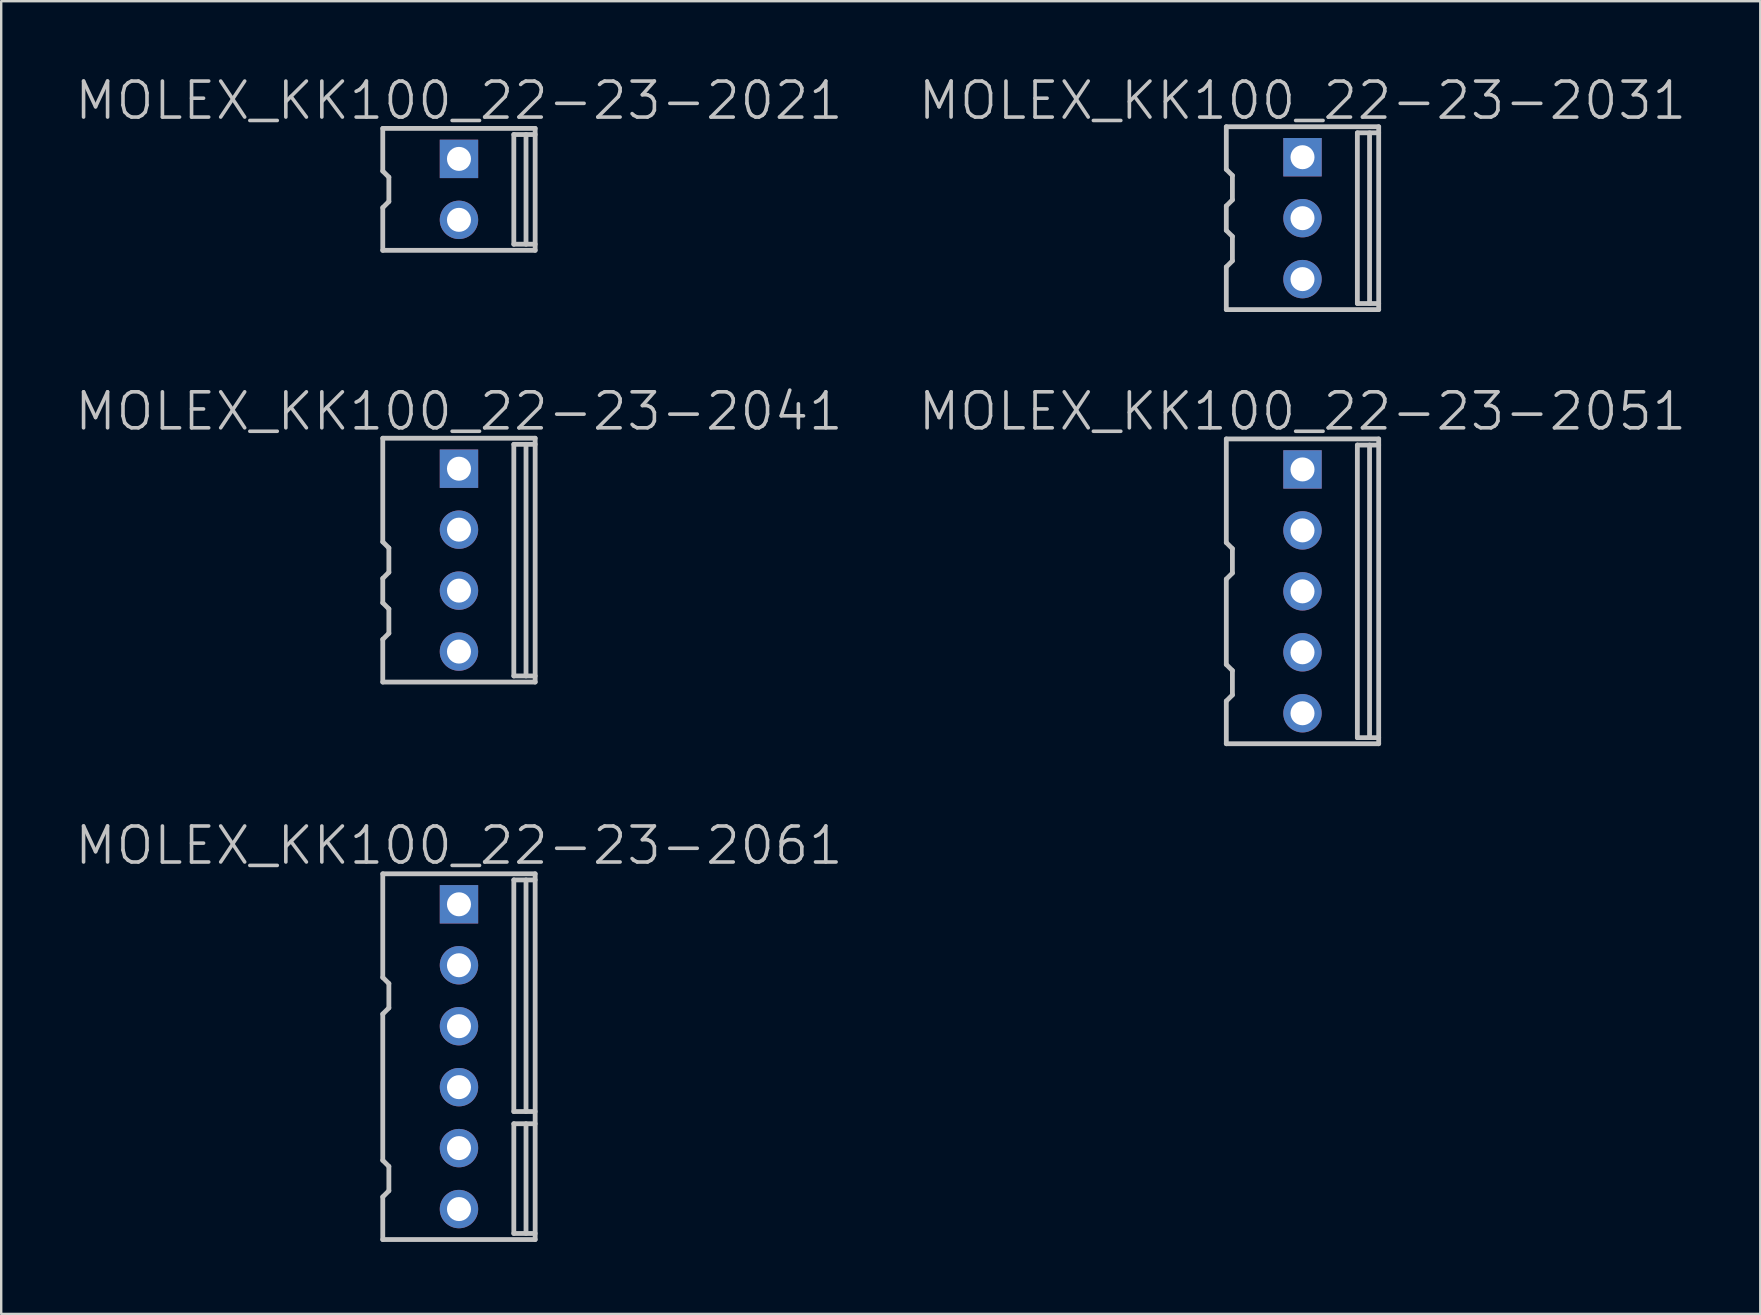
<source format=kicad_pcb>
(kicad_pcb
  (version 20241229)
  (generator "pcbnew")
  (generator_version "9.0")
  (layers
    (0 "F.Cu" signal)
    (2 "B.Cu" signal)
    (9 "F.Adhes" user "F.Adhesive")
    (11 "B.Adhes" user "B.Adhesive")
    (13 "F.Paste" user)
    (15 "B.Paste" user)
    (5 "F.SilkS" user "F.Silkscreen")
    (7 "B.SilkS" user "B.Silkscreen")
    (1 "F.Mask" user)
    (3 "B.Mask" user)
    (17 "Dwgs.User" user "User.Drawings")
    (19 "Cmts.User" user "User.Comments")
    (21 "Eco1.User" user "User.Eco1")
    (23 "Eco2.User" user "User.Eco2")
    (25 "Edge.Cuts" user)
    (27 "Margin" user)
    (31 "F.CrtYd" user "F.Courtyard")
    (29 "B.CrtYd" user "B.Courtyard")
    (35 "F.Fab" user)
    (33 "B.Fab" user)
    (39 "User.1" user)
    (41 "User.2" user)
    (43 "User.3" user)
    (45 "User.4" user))
  (footprint "MOLEX_KK100_22-23-2021"
    (layer "F.Cu")
    (at 16.075 4.841)
    (property "Reference" "MOLEX_KK100_22-23-2021" (at 0 -3.7 180) (layer "Dwgs.User") (effects (font (size 1.5 1.5) (thickness 0.15))))
    (attr through_hole)
    (fp_line (start -3.175 -2.54) (end 3.175 -2.54) (stroke (width 0.2) (type solid)) (layer "Dwgs.User"))
    (fp_line (start -3.175 -0.762) (end -3.175 -2.54) (stroke (width 0.2) (type solid)) (layer "Dwgs.User"))
    (fp_line (start -3.175 0.762) (end -3.175 2.54) (stroke (width 0.2) (type solid)) (layer "Dwgs.User"))
    (fp_line (start -2.921 -0.508) (end -3.175 -0.762) (stroke (width 0.2) (type solid)) (layer "Dwgs.User"))
    (fp_line (start -2.921 -0.508) (end -2.921 0.508) (stroke (width 0.2) (type solid)) (layer "Dwgs.User"))
    (fp_line (start -2.921 0.508) (end -3.175 0.762) (stroke (width 0.2) (type solid)) (layer "Dwgs.User"))
    (fp_line (start 2.286 -2.286) (end 2.286 2.286) (stroke (width 0.2) (type solid)) (layer "Dwgs.User"))
    (fp_line (start 2.286 -2.286) (end 3.175 -2.286) (stroke (width 0.2) (type solid)) (layer "Dwgs.User"))
    (fp_line (start 2.286 2.286) (end 3.175 2.286) (stroke (width 0.2) (type solid)) (layer "Dwgs.User"))
    (fp_line (start 2.794 2.286) (end 2.794 -2.286) (stroke (width 0.2) (type solid)) (layer "Dwgs.User"))
    (fp_line (start 3.175 -2.54) (end 3.175 2.54) (stroke (width 0.2) (type solid)) (layer "Dwgs.User"))
    (fp_line (start 3.175 2.54) (end -3.175 2.54) (stroke (width 0.2) (type solid)) (layer "Dwgs.User"))
    (pad "1" thru_hole rect (at 0 -1.27) (size 1.6 1.6) (drill 1) (layers "*.Cu" "*.Mask"))
    (pad "2" thru_hole circle (at 0 1.27) (size 1.6 1.6) (drill 1) (layers "*.Cu" "*.Mask")))
  (footprint "MOLEX_KK100_22-23-2061"
    (layer "F.Cu")
    (at 16.075 40.982)
    (property "Reference" "MOLEX_KK100_22-23-2061" (at 0 -8.8 180) (layer "Dwgs.User") (effects (font (size 1.5 1.5) (thickness 0.15))))
    (attr through_hole)
    (fp_line (start -3.175 -7.62) (end 3.175 -7.62) (stroke (width 0.2) (type solid)) (layer "Dwgs.User"))
    (fp_line (start -3.175 -3.302) (end -3.175 -7.62) (stroke (width 0.2) (type solid)) (layer "Dwgs.User"))
    (fp_line (start -3.175 -1.778) (end -3.175 4.318) (stroke (width 0.2) (type solid)) (layer "Dwgs.User"))
    (fp_line (start -3.175 5.842) (end -3.175 7.62) (stroke (width 0.2) (type solid)) (layer "Dwgs.User"))
    (fp_line (start -2.921 -3.048) (end -3.175 -3.302) (stroke (width 0.2) (type solid)) (layer "Dwgs.User"))
    (fp_line (start -2.921 -3.048) (end -2.921 -2.032) (stroke (width 0.2) (type solid)) (layer "Dwgs.User"))
    (fp_line (start -2.921 -2.032) (end -3.175 -1.778) (stroke (width 0.2) (type solid)) (layer "Dwgs.User"))
    (fp_line (start -2.921 4.572) (end -3.175 4.318) (stroke (width 0.2) (type solid)) (layer "Dwgs.User"))
    (fp_line (start -2.921 4.572) (end -2.921 5.588) (stroke (width 0.2) (type solid)) (layer "Dwgs.User"))
    (fp_line (start -2.921 5.588) (end -3.175 5.842) (stroke (width 0.2) (type solid)) (layer "Dwgs.User"))
    (fp_line (start 2.286 -7.366) (end 3.175 -7.366) (stroke (width 0.2) (type solid)) (layer "Dwgs.User"))
    (fp_line (start 2.286 2.286) (end 2.286 -7.366) (stroke (width 0.2) (type solid)) (layer "Dwgs.User"))
    (fp_line (start 2.286 2.286) (end 3.175 2.286) (stroke (width 0.2) (type solid)) (layer "Dwgs.User"))
    (fp_line (start 2.286 2.794) (end 2.286 7.366) (stroke (width 0.2) (type solid)) (layer "Dwgs.User"))
    (fp_line (start 2.286 2.794) (end 3.175 2.794) (stroke (width 0.2) (type solid)) (layer "Dwgs.User"))
    (fp_line (start 2.286 7.366) (end 3.175 7.366) (stroke (width 0.2) (type solid)) (layer "Dwgs.User"))
    (fp_line (start 2.794 2.286) (end 2.794 -7.366) (stroke (width 0.2) (type solid)) (layer "Dwgs.User"))
    (fp_line (start 2.794 2.794) (end 2.794 7.366) (stroke (width 0.2) (type solid)) (layer "Dwgs.User"))
    (fp_line (start 3.175 -7.62) (end 3.175 7.62) (stroke (width 0.2) (type solid)) (layer "Dwgs.User"))
    (fp_line (start 3.175 7.62) (end -3.175 7.62) (stroke (width 0.2) (type solid)) (layer "Dwgs.User"))
    (pad "1" thru_hole rect (at 0 -6.35) (size 1.6 1.6) (drill 1) (layers "*.Cu" "*.Mask"))
    (pad "2" thru_hole circle (at 0 -3.81) (size 1.6 1.6) (drill 1) (layers "*.Cu" "*.Mask"))
    (pad "3" thru_hole circle (at 0 -1.27) (size 1.6 1.6) (drill 1) (layers "*.Cu" "*.Mask"))
    (pad "4" thru_hole circle (at 0 1.27) (size 1.6 1.6) (drill 1) (layers "*.Cu" "*.Mask"))
    (pad "5" thru_hole circle (at 0 3.81) (size 1.6 1.6) (drill 1) (layers "*.Cu" "*.Mask"))
    (pad "6" thru_hole circle (at 0 6.35) (size 1.6 1.6) (drill 1) (layers "*.Cu" "*.Mask")))
  (footprint "MOLEX_KK100_22-23-2031"
    (layer "F.Cu")
    (at 51.225 6.041)
    (property "Reference" "MOLEX_KK100_22-23-2031" (at 0 -4.9 180) (layer "Dwgs.User") (effects (font (size 1.5 1.5) (thickness 0.15))))
    (attr through_hole)
    (fp_line (start -3.175 -3.81) (end 3.175 -3.81) (stroke (width 0.2) (type solid)) (layer "Dwgs.User"))
    (fp_line (start -3.175 -2.032) (end -3.175 -3.81) (stroke (width 0.2) (type solid)) (layer "Dwgs.User"))
    (fp_line (start -3.175 -0.508) (end -3.175 0.508) (stroke (width 0.2) (type solid)) (layer "Dwgs.User"))
    (fp_line (start -3.175 2.032) (end -3.175 3.81) (stroke (width 0.2) (type solid)) (layer "Dwgs.User"))
    (fp_line (start -2.921 -1.778) (end -3.175 -2.032) (stroke (width 0.2) (type solid)) (layer "Dwgs.User"))
    (fp_line (start -2.921 -1.778) (end -2.921 -0.762) (stroke (width 0.2) (type solid)) (layer "Dwgs.User"))
    (fp_line (start -2.921 -0.762) (end -3.175 -0.508) (stroke (width 0.2) (type solid)) (layer "Dwgs.User"))
    (fp_line (start -2.921 0.762) (end -3.175 0.508) (stroke (width 0.2) (type solid)) (layer "Dwgs.User"))
    (fp_line (start -2.921 0.762) (end -2.921 1.778) (stroke (width 0.2) (type solid)) (layer "Dwgs.User"))
    (fp_line (start -2.921 1.778) (end -3.175 2.032) (stroke (width 0.2) (type solid)) (layer "Dwgs.User"))
    (fp_line (start 2.286 -3.556) (end 2.286 3.556) (stroke (width 0.2) (type solid)) (layer "Dwgs.User"))
    (fp_line (start 2.286 -3.556) (end 3.175 -3.556) (stroke (width 0.2) (type solid)) (layer "Dwgs.User"))
    (fp_line (start 2.286 3.556) (end 3.175 3.556) (stroke (width 0.2) (type solid)) (layer "Dwgs.User"))
    (fp_line (start 2.794 3.556) (end 2.794 -3.556) (stroke (width 0.2) (type solid)) (layer "Dwgs.User"))
    (fp_line (start 3.175 -3.81) (end 3.175 3.81) (stroke (width 0.2) (type solid)) (layer "Dwgs.User"))
    (fp_line (start 3.175 3.81) (end -3.175 3.81) (stroke (width 0.2) (type solid)) (layer "Dwgs.User"))
    (pad "1" thru_hole rect (at 0 -2.54) (size 1.6 1.6) (drill 1) (layers "*.Cu" "*.Mask"))
    (pad "2" thru_hole circle (at 0 0) (size 1.6 1.6) (drill 1) (layers "*.Cu" "*.Mask"))
    (pad "3" thru_hole circle (at 0 2.54) (size 1.6 1.6) (drill 1) (layers "*.Cu" "*.Mask")))
  (footprint "MOLEX_KK100_22-23-2041"
    (layer "F.Cu")
    (at 16.075 20.291)
    (property "Reference" "MOLEX_KK100_22-23-2041" (at 0 -6.2 180) (layer "Dwgs.User") (effects (font (size 1.5 1.5) (thickness 0.15))))
    (attr through_hole)
    (fp_line (start -3.175 -5.08) (end 3.175 -5.08) (stroke (width 0.2) (type solid)) (layer "Dwgs.User"))
    (fp_line (start -3.175 -0.762) (end -3.175 -5.08) (stroke (width 0.2) (type solid)) (layer "Dwgs.User"))
    (fp_line (start -3.175 0.762) (end -3.175 1.778) (stroke (width 0.2) (type solid)) (layer "Dwgs.User"))
    (fp_line (start -3.175 3.302) (end -3.175 5.08) (stroke (width 0.2) (type solid)) (layer "Dwgs.User"))
    (fp_line (start -2.921 -0.508) (end -3.175 -0.762) (stroke (width 0.2) (type solid)) (layer "Dwgs.User"))
    (fp_line (start -2.921 -0.508) (end -2.921 0.508) (stroke (width 0.2) (type solid)) (layer "Dwgs.User"))
    (fp_line (start -2.921 0.508) (end -3.175 0.762) (stroke (width 0.2) (type solid)) (layer "Dwgs.User"))
    (fp_line (start -2.921 2.032) (end -3.175 1.778) (stroke (width 0.2) (type solid)) (layer "Dwgs.User"))
    (fp_line (start -2.921 2.032) (end -2.921 3.048) (stroke (width 0.2) (type solid)) (layer "Dwgs.User"))
    (fp_line (start -2.921 3.048) (end -3.175 3.302) (stroke (width 0.2) (type solid)) (layer "Dwgs.User"))
    (fp_line (start 2.286 -4.826) (end 2.286 4.826) (stroke (width 0.2) (type solid)) (layer "Dwgs.User"))
    (fp_line (start 2.286 -4.826) (end 3.175 -4.826) (stroke (width 0.2) (type solid)) (layer "Dwgs.User"))
    (fp_line (start 2.286 4.826) (end 3.175 4.826) (stroke (width 0.2) (type solid)) (layer "Dwgs.User"))
    (fp_line (start 2.794 4.826) (end 2.794 -4.826) (stroke (width 0.2) (type solid)) (layer "Dwgs.User"))
    (fp_line (start 3.175 -5.08) (end 3.175 5.08) (stroke (width 0.2) (type solid)) (layer "Dwgs.User"))
    (fp_line (start 3.175 5.08) (end -3.175 5.08) (stroke (width 0.2) (type solid)) (layer "Dwgs.User"))
    (pad "1" thru_hole rect (at 0 -3.81) (size 1.6 1.6) (drill 1) (layers "*.Cu" "*.Mask"))
    (pad "2" thru_hole circle (at 0 -1.27) (size 1.6 1.6) (drill 1) (layers "*.Cu" "*.Mask"))
    (pad "3" thru_hole circle (at 0 1.27) (size 1.6 1.6) (drill 1) (layers "*.Cu" "*.Mask"))
    (pad "4" thru_hole circle (at 0 3.81) (size 1.6 1.6) (drill 1) (layers "*.Cu" "*.Mask")))
  (footprint "MOLEX_KK100_22-23-2051"
    (layer "F.Cu")
    (at 51.225 21.591)
    (property "Reference" "MOLEX_KK100_22-23-2051" (at 0 -7.5 180) (layer "Dwgs.User") (effects (font (size 1.5 1.5) (thickness 0.15))))
    (attr through_hole)
    (fp_line (start -3.175 -6.35) (end 3.175 -6.35) (stroke (width 0.2) (type solid)) (layer "Dwgs.User"))
    (fp_line (start -3.175 -2.032) (end -3.175 -6.35) (stroke (width 0.2) (type solid)) (layer "Dwgs.User"))
    (fp_line (start -3.175 -0.508) (end -3.175 3.048) (stroke (width 0.2) (type solid)) (layer "Dwgs.User"))
    (fp_line (start -3.175 4.572) (end -3.175 6.35) (stroke (width 0.2) (type solid)) (layer "Dwgs.User"))
    (fp_line (start -2.921 -1.778) (end -3.175 -2.032) (stroke (width 0.2) (type solid)) (layer "Dwgs.User"))
    (fp_line (start -2.921 -1.778) (end -2.921 -0.762) (stroke (width 0.2) (type solid)) (layer "Dwgs.User"))
    (fp_line (start -2.921 -0.762) (end -3.175 -0.508) (stroke (width 0.2) (type solid)) (layer "Dwgs.User"))
    (fp_line (start -2.921 3.302) (end -3.175 3.048) (stroke (width 0.2) (type solid)) (layer "Dwgs.User"))
    (fp_line (start -2.921 3.302) (end -2.921 4.318) (stroke (width 0.2) (type solid)) (layer "Dwgs.User"))
    (fp_line (start -2.921 4.318) (end -3.175 4.572) (stroke (width 0.2) (type solid)) (layer "Dwgs.User"))
    (fp_line (start 2.286 -6.096) (end 2.286 6.096) (stroke (width 0.2) (type solid)) (layer "Dwgs.User"))
    (fp_line (start 2.286 -6.096) (end 3.175 -6.096) (stroke (width 0.2) (type solid)) (layer "Dwgs.User"))
    (fp_line (start 2.286 6.096) (end 3.175 6.096) (stroke (width 0.2) (type solid)) (layer "Dwgs.User"))
    (fp_line (start 2.794 6.096) (end 2.794 -6.096) (stroke (width 0.2) (type solid)) (layer "Dwgs.User"))
    (fp_line (start 3.175 -6.35) (end 3.175 6.35) (stroke (width 0.2) (type solid)) (layer "Dwgs.User"))
    (fp_line (start 3.175 6.35) (end -3.175 6.35) (stroke (width 0.2) (type solid)) (layer "Dwgs.User"))
    (pad "1" thru_hole rect (at 0 -5.08) (size 1.6 1.6) (drill 1) (layers "*.Cu" "*.Mask"))
    (pad "2" thru_hole circle (at 0 -2.54) (size 1.6 1.6) (drill 1) (layers "*.Cu" "*.Mask"))
    (pad "3" thru_hole circle (at 0 0) (size 1.6 1.6) (drill 1) (layers "*.Cu" "*.Mask"))
    (pad "4" thru_hole circle (at 0 2.54) (size 1.6 1.6) (drill 1) (layers "*.Cu" "*.Mask"))
    (pad "5" thru_hole circle (at 0 5.08) (size 1.6 1.6) (drill 1) (layers "*.Cu" "*.Mask")))
  (gr_rect
    (start -3 -3)
    (end 70.3 51.702)
    (stroke (width 0.1) (type default))
    (fill no)
    (layer "Edge.Cuts")))
</source>
